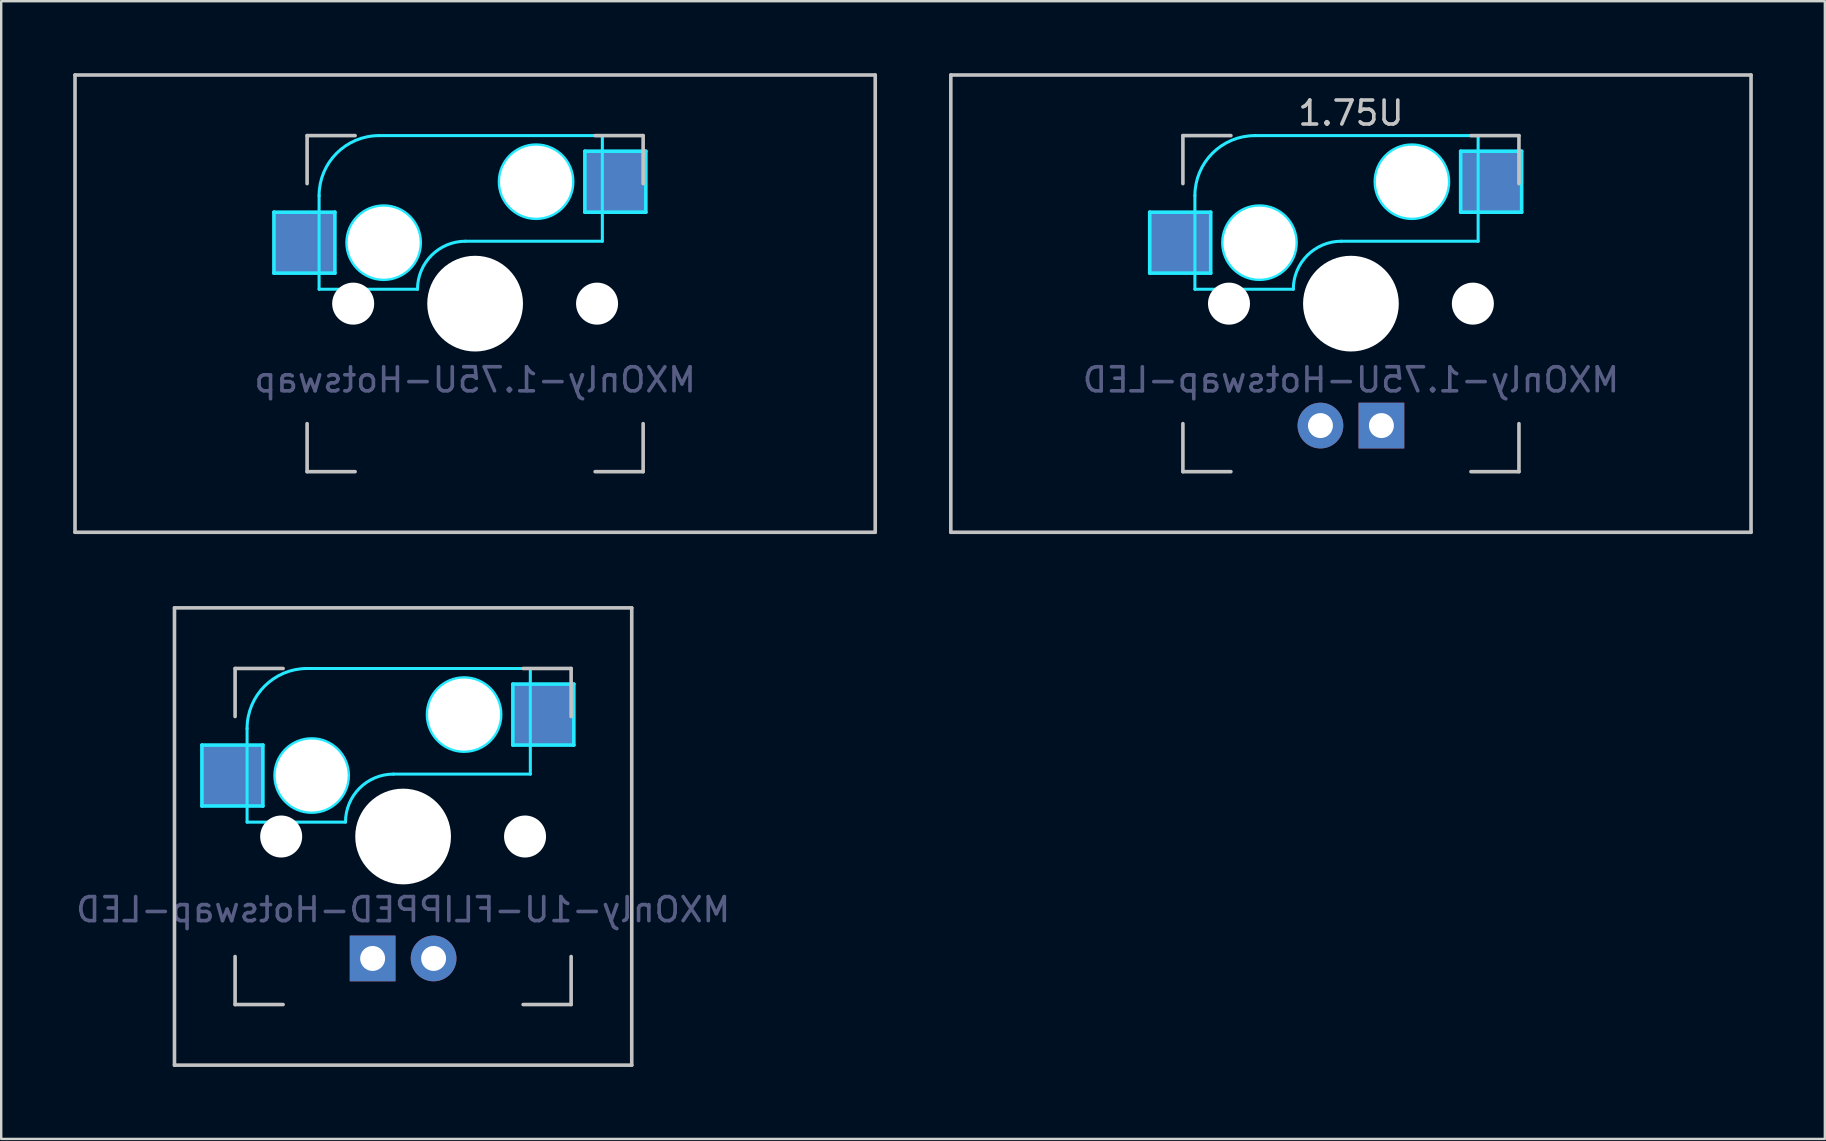
<source format=kicad_pcb>
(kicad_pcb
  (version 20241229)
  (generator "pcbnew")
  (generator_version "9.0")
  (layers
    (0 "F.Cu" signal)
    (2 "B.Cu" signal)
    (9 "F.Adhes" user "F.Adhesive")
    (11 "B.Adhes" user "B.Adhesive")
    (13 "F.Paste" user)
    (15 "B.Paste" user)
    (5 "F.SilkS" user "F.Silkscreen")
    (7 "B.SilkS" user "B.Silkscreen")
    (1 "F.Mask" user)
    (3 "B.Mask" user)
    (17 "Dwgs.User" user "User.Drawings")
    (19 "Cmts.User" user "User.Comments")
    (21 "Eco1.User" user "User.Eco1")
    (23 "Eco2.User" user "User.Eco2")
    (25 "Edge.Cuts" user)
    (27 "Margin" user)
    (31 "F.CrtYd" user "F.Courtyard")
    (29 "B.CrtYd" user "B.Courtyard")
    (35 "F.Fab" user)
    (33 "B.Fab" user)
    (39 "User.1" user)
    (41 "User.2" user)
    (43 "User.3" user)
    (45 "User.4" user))
  (footprint "MXOnly-1.75U-Hotswap"
    (layer "F.Cu")
    (at 16.744 9.6)
    (property "Reference" "MXOnly-1.75U-Hotswap" (at 0 3.175 0) (layer "B.Fab") (effects (font (size 1 1) (thickness 0.15)) (justify mirror)))
    (attr smd)
    (fp_line (start -16.669 -9.525) (end 16.669 -9.525) (stroke (width 0.15) (type solid)) (layer "Dwgs.User"))
    (fp_line (start -16.669 9.525) (end -16.669 -9.525) (stroke (width 0.15) (type solid)) (layer "Dwgs.User"))
    (fp_line (start -7 -7) (end -7 -5) (stroke (width 0.15) (type solid)) (layer "Dwgs.User"))
    (fp_line (start -7 5) (end -7 7) (stroke (width 0.15) (type solid)) (layer "Dwgs.User"))
    (fp_line (start -7 7) (end -5 7) (stroke (width 0.15) (type solid)) (layer "Dwgs.User"))
    (fp_line (start -5 -7) (end -7 -7) (stroke (width 0.15) (type solid)) (layer "Dwgs.User"))
    (fp_line (start 5 -7) (end 7 -7) (stroke (width 0.15) (type solid)) (layer "Dwgs.User"))
    (fp_line (start 5 7) (end 7 7) (stroke (width 0.15) (type solid)) (layer "Dwgs.User"))
    (fp_line (start 7 -7) (end 7 -5) (stroke (width 0.15) (type solid)) (layer "Dwgs.User"))
    (fp_line (start 7 7) (end 7 5) (stroke (width 0.15) (type solid)) (layer "Dwgs.User"))
    (fp_line (start 16.669 -9.525) (end 16.669 9.525) (stroke (width 0.15) (type solid)) (layer "Dwgs.User"))
    (fp_line (start 16.669 9.525) (end -16.669 9.525) (stroke (width 0.15) (type solid)) (layer "Dwgs.User"))
    (fp_line (start -8.382 -3.81) (end -5.842 -3.81) (stroke (width 0.15) (type solid)) (layer "B.CrtYd"))
    (fp_line (start -8.382 -1.27) (end -8.382 -3.81) (stroke (width 0.15) (type solid)) (layer "B.CrtYd"))
    (fp_line (start -6.5 -4.5) (end -6.5 -0.6) (stroke (width 0.127) (type solid)) (layer "B.CrtYd"))
    (fp_line (start -6.5 -0.6) (end -2.4 -0.6) (stroke (width 0.127) (type solid)) (layer "B.CrtYd"))
    (fp_line (start -5.842 -3.81) (end -5.842 -1.27) (stroke (width 0.15) (type solid)) (layer "B.CrtYd"))
    (fp_line (start -5.842 -1.27) (end -8.382 -1.27) (stroke (width 0.15) (type solid)) (layer "B.CrtYd"))
    (fp_line (start -0.4 -2.6) (end 5.3 -2.6) (stroke (width 0.127) (type solid)) (layer "B.CrtYd"))
    (fp_line (start 4.572 -6.35) (end 7.112 -6.35) (stroke (width 0.15) (type solid)) (layer "B.CrtYd"))
    (fp_line (start 4.572 -3.81) (end 4.572 -6.35) (stroke (width 0.15) (type solid)) (layer "B.CrtYd"))
    (fp_line (start 5.3 -7) (end -4 -7) (stroke (width 0.127) (type solid)) (layer "B.CrtYd"))
    (fp_line (start 5.3 -7) (end 5.3 -2.6) (stroke (width 0.127) (type solid)) (layer "B.CrtYd"))
    (fp_line (start 7.112 -6.35) (end 7.112 -3.81) (stroke (width 0.15) (type solid)) (layer "B.CrtYd"))
    (fp_line (start 7.112 -3.81) (end 4.572 -3.81) (stroke (width 0.15) (type solid)) (layer "B.CrtYd"))
    (fp_arc (start -6.5 -4.5) (mid -5.767767 -6.267767) (end -4 -7) (stroke (width 0.127) (type solid)) (layer "B.CrtYd"))
    (fp_arc (start -2.4 -0.6) (mid -1.814214 -2.014214) (end -0.4 -2.6) (stroke (width 0.127) (type solid)) (layer "B.CrtYd"))
    (fp_circle (center -3.81 -2.54) (end -3.81 -4.064) (stroke (width 0.15) (type solid)) (fill no) (layer "B.CrtYd"))
    (fp_circle (center 2.54 -5.08) (end 2.54 -6.604) (stroke (width 0.15) (type solid)) (fill no) (layer "B.CrtYd"))
    (pad "" np_thru_hole circle (at -5.08 0 48.1) (size 1.75 1.75) (drill 1.75) (layers "*.Cu" "*.Mask"))
    (pad "" np_thru_hole circle (at -3.81 -2.54) (size 3 3) (drill 3) (layers "*.Cu" "*.Mask"))
    (pad "" np_thru_hole circle (at 0 0) (size 3.988 3.988) (drill 3.988) (layers "*.Cu" "*.Mask"))
    (pad "" np_thru_hole circle (at 2.54 -5.08) (size 3 3) (drill 3) (layers "*.Cu" "*.Mask"))
    (pad "" np_thru_hole circle (at 5.08 0 48.1) (size 1.75 1.75) (drill 1.75) (layers "*.Cu" "*.Mask"))
    (pad "1" smd rect (at -7.085 -2.54) (size 2.55 2.5) (layers "B.Cu" "B.Mask" "B.Paste"))
    (pad "2" smd rect (at 5.842 -5.08) (size 2.55 2.5) (layers "B.Cu" "B.Mask" "B.Paste")))
  (footprint "MXOnly-1.75U-Hotswap-LED"
    (layer "F.Cu")
    (at 53.231 9.6)
    (property "Reference" "MXOnly-1.75U-Hotswap-LED" (at 0 3.175 0) (layer "B.Fab") (effects (font (size 1 1) (thickness 0.15)) (justify mirror)))
    (attr through_hole)
    (fp_line (start -16.669 -9.525) (end 16.669 -9.525) (stroke (width 0.15) (type solid)) (layer "Dwgs.User"))
    (fp_line (start -16.669 9.525) (end -16.669 -9.525) (stroke (width 0.15) (type solid)) (layer "Dwgs.User"))
    (fp_line (start -7 -7) (end -7 -5) (stroke (width 0.15) (type solid)) (layer "Dwgs.User"))
    (fp_line (start -7 5) (end -7 7) (stroke (width 0.15) (type solid)) (layer "Dwgs.User"))
    (fp_line (start -7 7) (end -5 7) (stroke (width 0.15) (type solid)) (layer "Dwgs.User"))
    (fp_line (start -5 -7) (end -7 -7) (stroke (width 0.15) (type solid)) (layer "Dwgs.User"))
    (fp_line (start 5 -7) (end 7 -7) (stroke (width 0.15) (type solid)) (layer "Dwgs.User"))
    (fp_line (start 5 7) (end 7 7) (stroke (width 0.15) (type solid)) (layer "Dwgs.User"))
    (fp_line (start 7 -7) (end 7 -5) (stroke (width 0.15) (type solid)) (layer "Dwgs.User"))
    (fp_line (start 7 7) (end 7 5) (stroke (width 0.15) (type solid)) (layer "Dwgs.User"))
    (fp_line (start 16.669 -9.525) (end 16.669 9.525) (stroke (width 0.15) (type solid)) (layer "Dwgs.User"))
    (fp_line (start 16.669 9.525) (end -16.669 9.525) (stroke (width 0.15) (type solid)) (layer "Dwgs.User"))
    (fp_line (start -8.382 -3.81) (end -5.842 -3.81) (stroke (width 0.15) (type solid)) (layer "B.CrtYd"))
    (fp_line (start -8.382 -1.27) (end -8.382 -3.81) (stroke (width 0.15) (type solid)) (layer "B.CrtYd"))
    (fp_line (start -6.5 -4.5) (end -6.5 -0.6) (stroke (width 0.127) (type solid)) (layer "B.CrtYd"))
    (fp_line (start -6.5 -0.6) (end -2.4 -0.6) (stroke (width 0.127) (type solid)) (layer "B.CrtYd"))
    (fp_line (start -5.842 -3.81) (end -5.842 -1.27) (stroke (width 0.15) (type solid)) (layer "B.CrtYd"))
    (fp_line (start -5.842 -1.27) (end -8.382 -1.27) (stroke (width 0.15) (type solid)) (layer "B.CrtYd"))
    (fp_line (start -0.4 -2.6) (end 5.3 -2.6) (stroke (width 0.127) (type solid)) (layer "B.CrtYd"))
    (fp_line (start 4.572 -6.35) (end 7.112 -6.35) (stroke (width 0.15) (type solid)) (layer "B.CrtYd"))
    (fp_line (start 4.572 -3.81) (end 4.572 -6.35) (stroke (width 0.15) (type solid)) (layer "B.CrtYd"))
    (fp_line (start 5.3 -7) (end -4 -7) (stroke (width 0.127) (type solid)) (layer "B.CrtYd"))
    (fp_line (start 5.3 -7) (end 5.3 -2.6) (stroke (width 0.127) (type solid)) (layer "B.CrtYd"))
    (fp_line (start 7.112 -6.35) (end 7.112 -3.81) (stroke (width 0.15) (type solid)) (layer "B.CrtYd"))
    (fp_line (start 7.112 -3.81) (end 4.572 -3.81) (stroke (width 0.15) (type solid)) (layer "B.CrtYd"))
    (fp_arc (start -6.5 -4.5) (mid -5.767767 -6.267767) (end -4 -7) (stroke (width 0.127) (type solid)) (layer "B.CrtYd"))
    (fp_arc (start -2.4 -0.6) (mid -1.814214 -2.014214) (end -0.4 -2.6) (stroke (width 0.127) (type solid)) (layer "B.CrtYd"))
    (fp_circle (center -3.81 -2.54) (end -3.81 -4.064) (stroke (width 0.15) (type solid)) (fill no) (layer "B.CrtYd"))
    (fp_circle (center 2.54 -5.08) (end 2.54 -6.604) (stroke (width 0.15) (type solid)) (fill no) (layer "B.CrtYd"))
    (fp_text user "1.75U" (at 0 -7.938 0) (layer "Dwgs.User") (effects (font (size 1 1) (thickness 0.15))))
    (pad "" np_thru_hole circle (at -5.08 0 48.1) (size 1.75 1.75) (drill 1.75) (layers "*.Cu" "*.Mask"))
    (pad "" np_thru_hole circle (at -3.81 -2.54) (size 3 3) (drill 3) (layers "*.Cu" "*.Mask"))
    (pad "" np_thru_hole circle (at 0 0) (size 3.988 3.988) (drill 3.988) (layers "*.Cu" "*.Mask"))
    (pad "" np_thru_hole circle (at 2.54 -5.08) (size 3 3) (drill 3) (layers "*.Cu" "*.Mask"))
    (pad "" np_thru_hole circle (at 5.08 0 48.1) (size 1.75 1.75) (drill 1.75) (layers "*.Cu" "*.Mask"))
    (pad "1" smd rect (at -7.085 -2.54) (size 2.55 2.5) (layers "B.Cu" "B.Mask" "B.Paste"))
    (pad "2" smd rect (at 5.842 -5.08) (size 2.55 2.5) (layers "B.Cu" "B.Mask" "B.Paste"))
    (pad "3" thru_hole circle (at -1.27 5.08) (size 1.905 1.905) (drill 1.04) (layers "*.Cu" "B.Mask"))
    (pad "4" thru_hole rect (at 1.27 5.08) (size 1.905 1.905) (drill 1.04) (layers "*.Cu" "B.Mask")))
  (footprint "MXOnly-1U-FLIPPED-Hotswap-LED"
    (layer "F.Cu")
    (at 13.744 31.8)
    (property "Reference" "MXOnly-1U-FLIPPED-Hotswap-LED" (at 0 3.048 0) (layer "B.Fab") (effects (font (size 1 1) (thickness 0.15)) (justify mirror)))
    (attr smd)
    (fp_line (start -9.525 -9.525) (end 9.525 -9.525) (stroke (width 0.15) (type solid)) (layer "Dwgs.User"))
    (fp_line (start -9.525 9.525) (end -9.525 -9.525) (stroke (width 0.15) (type solid)) (layer "Dwgs.User"))
    (fp_line (start -7 -7) (end -7 -5) (stroke (width 0.15) (type solid)) (layer "Dwgs.User"))
    (fp_line (start -7 5) (end -7 7) (stroke (width 0.15) (type solid)) (layer "Dwgs.User"))
    (fp_line (start -7 7) (end -5 7) (stroke (width 0.15) (type solid)) (layer "Dwgs.User"))
    (fp_line (start -5 -7) (end -7 -7) (stroke (width 0.15) (type solid)) (layer "Dwgs.User"))
    (fp_line (start 5 -7) (end 7 -7) (stroke (width 0.15) (type solid)) (layer "Dwgs.User"))
    (fp_line (start 5 7) (end 7 7) (stroke (width 0.15) (type solid)) (layer "Dwgs.User"))
    (fp_line (start 7 -7) (end 7 -5) (stroke (width 0.15) (type solid)) (layer "Dwgs.User"))
    (fp_line (start 7 7) (end 7 5) (stroke (width 0.15) (type solid)) (layer "Dwgs.User"))
    (fp_line (start 9.525 -9.525) (end 9.525 9.525) (stroke (width 0.15) (type solid)) (layer "Dwgs.User"))
    (fp_line (start 9.525 9.525) (end -9.525 9.525) (stroke (width 0.15) (type solid)) (layer "Dwgs.User"))
    (fp_line (start -8.382 -3.81) (end -8.382 -1.27) (stroke (width 0.15) (type solid)) (layer "B.CrtYd"))
    (fp_line (start -8.382 -1.27) (end -5.842 -1.27) (stroke (width 0.15) (type solid)) (layer "B.CrtYd"))
    (fp_line (start -6.5 -4.5) (end -6.5 -0.6) (stroke (width 0.127) (type solid)) (layer "B.CrtYd"))
    (fp_line (start -6.5 -0.6) (end -2.4 -0.6) (stroke (width 0.127) (type solid)) (layer "B.CrtYd"))
    (fp_line (start -5.842 -3.81) (end -8.382 -3.81) (stroke (width 0.15) (type solid)) (layer "B.CrtYd"))
    (fp_line (start -5.842 -1.27) (end -5.842 -3.81) (stroke (width 0.15) (type solid)) (layer "B.CrtYd"))
    (fp_line (start -0.4 -2.6) (end 5.3 -2.6) (stroke (width 0.127) (type solid)) (layer "B.CrtYd"))
    (fp_line (start 4.572 -6.35) (end 7.112 -6.35) (stroke (width 0.15) (type solid)) (layer "B.CrtYd"))
    (fp_line (start 4.572 -3.81) (end 4.572 -6.35) (stroke (width 0.15) (type solid)) (layer "B.CrtYd"))
    (fp_line (start 5.3 -7) (end -4 -7) (stroke (width 0.127) (type solid)) (layer "B.CrtYd"))
    (fp_line (start 5.3 -7) (end 5.3 -2.6) (stroke (width 0.127) (type solid)) (layer "B.CrtYd"))
    (fp_line (start 7.112 -6.35) (end 7.112 -3.81) (stroke (width 0.15) (type solid)) (layer "B.CrtYd"))
    (fp_line (start 7.112 -3.81) (end 4.572 -3.81) (stroke (width 0.15) (type solid)) (layer "B.CrtYd"))
    (fp_arc (start -6.5 -4.5) (mid -5.767767 -6.267767) (end -4 -7) (stroke (width 0.127) (type solid)) (layer "B.CrtYd"))
    (fp_arc (start -2.4 -0.6) (mid -1.814214 -2.014214) (end -0.4 -2.6) (stroke (width 0.127) (type solid)) (layer "B.CrtYd"))
    (fp_circle (center -3.81 -2.54) (end -3.81 -4.064) (stroke (width 0.15) (type solid)) (fill no) (layer "B.CrtYd"))
    (fp_circle (center 2.54 -5.08) (end 2.54 -6.604) (stroke (width 0.15) (type solid)) (fill no) (layer "B.CrtYd"))
    (pad "" np_thru_hole circle (at -5.08 0 48.1) (size 1.75 1.75) (drill 1.75) (layers "*.Cu" "*.Mask"))
    (pad "" np_thru_hole circle (at -3.81 -2.54) (size 3 3) (drill 3) (layers "*.Cu" "*.Mask"))
    (pad "" np_thru_hole circle (at 0 0) (size 3.988 3.988) (drill 3.988) (layers "*.Cu" "*.Mask"))
    (pad "" np_thru_hole circle (at 2.54 -5.08) (size 3 3) (drill 3) (layers "*.Cu" "*.Mask"))
    (pad "" np_thru_hole circle (at 5.08 0 48.1) (size 1.75 1.75) (drill 1.75) (layers "*.Cu" "*.Mask"))
    (pad "1" smd rect (at -7.085 -2.54) (size 2.55 2.5) (layers "B.Cu" "B.Mask" "B.Paste"))
    (pad "2" smd rect (at 5.842 -5.08) (size 2.55 2.5) (layers "B.Cu" "B.Mask" "B.Paste"))
    (pad "3" thru_hole circle (at 1.27 5.08) (size 1.905 1.905) (drill 1.04) (layers "*.Cu" "B.Mask"))
    (pad "4" thru_hole rect (at -1.27 5.08) (size 1.905 1.905) (drill 1.04) (layers "*.Cu" "B.Mask")))
  (gr_rect
    (start -3 -3)
    (end 72.975 44.4)
    (stroke (width 0.1) (type default))
    (fill no)
    (layer "Edge.Cuts")))
</source>
